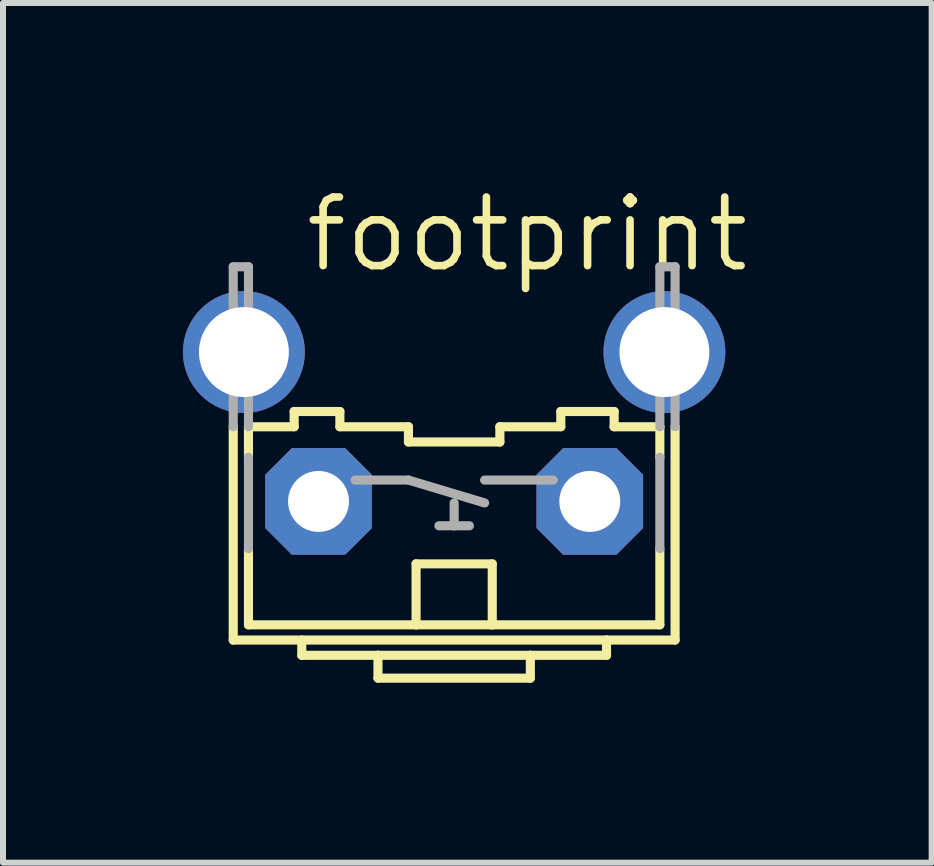
<source format=kicad_pcb>
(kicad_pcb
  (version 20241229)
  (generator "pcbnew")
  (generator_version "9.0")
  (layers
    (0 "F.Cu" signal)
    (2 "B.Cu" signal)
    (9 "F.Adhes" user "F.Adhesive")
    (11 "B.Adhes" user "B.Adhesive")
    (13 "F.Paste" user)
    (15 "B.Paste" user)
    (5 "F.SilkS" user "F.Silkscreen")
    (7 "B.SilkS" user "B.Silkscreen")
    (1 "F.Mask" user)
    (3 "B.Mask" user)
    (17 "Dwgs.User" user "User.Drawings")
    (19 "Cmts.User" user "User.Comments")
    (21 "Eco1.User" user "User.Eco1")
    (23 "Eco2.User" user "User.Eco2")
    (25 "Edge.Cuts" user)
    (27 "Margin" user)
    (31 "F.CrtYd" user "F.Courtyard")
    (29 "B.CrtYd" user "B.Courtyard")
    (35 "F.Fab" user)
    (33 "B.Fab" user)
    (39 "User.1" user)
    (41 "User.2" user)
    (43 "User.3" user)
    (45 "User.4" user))
  (footprint "footprint"
    (layer "F.Cu")
    (at 4.521 4.064)
    (property "Reference" "footprint" (at -2.54 -2.54 0) (layer "F.SilkS") (effects (font (size 1.143 1.143) (thickness 0.127)) (justify left bottom)))
    (fp_line (start -3.683 0) (end -3.683 3.556) (stroke (width 0.152) (type solid)) (layer "F.SilkS"))
    (fp_line (start -3.429 0) (end -2.667 0) (stroke (width 0.152) (type solid)) (layer "F.SilkS"))
    (fp_line (start -3.429 0.508) (end -3.429 0) (stroke (width 0.152) (type solid)) (layer "F.SilkS"))
    (fp_line (start -3.429 2.032) (end -3.429 3.302) (stroke (width 0.152) (type solid)) (layer "F.SilkS"))
    (fp_line (start -3.429 3.302) (end -0.635 3.302) (stroke (width 0.152) (type solid)) (layer "F.SilkS"))
    (fp_line (start -2.667 -0.254) (end -2.667 0) (stroke (width 0.152) (type solid)) (layer "F.SilkS"))
    (fp_line (start -2.667 -0.254) (end -1.905 -0.254) (stroke (width 0.152) (type solid)) (layer "F.SilkS"))
    (fp_line (start -2.54 3.556) (end -2.54 3.81) (stroke (width 0.152) (type solid)) (layer "F.SilkS"))
    (fp_line (start -2.54 3.81) (end -1.27 3.81) (stroke (width 0.152) (type solid)) (layer "F.SilkS"))
    (fp_line (start -1.905 0) (end -1.905 -0.254) (stroke (width 0.152) (type solid)) (layer "F.SilkS"))
    (fp_line (start -1.905 0) (end -0.762 0) (stroke (width 0.152) (type solid)) (layer "F.SilkS"))
    (fp_line (start -1.27 3.81) (end -1.27 4.191) (stroke (width 0.152) (type solid)) (layer "F.SilkS"))
    (fp_line (start -1.27 3.81) (end 1.27 3.81) (stroke (width 0.152) (type solid)) (layer "F.SilkS"))
    (fp_line (start -1.27 4.191) (end 1.27 4.191) (stroke (width 0.152) (type solid)) (layer "F.SilkS"))
    (fp_line (start -0.762 0.254) (end -0.762 0) (stroke (width 0.152) (type solid)) (layer "F.SilkS"))
    (fp_line (start -0.762 0.254) (end 0.762 0.254) (stroke (width 0.152) (type solid)) (layer "F.SilkS"))
    (fp_line (start -0.635 2.286) (end 0.635 2.286) (stroke (width 0.152) (type solid)) (layer "F.SilkS"))
    (fp_line (start -0.635 3.302) (end -0.635 2.286) (stroke (width 0.152) (type solid)) (layer "F.SilkS"))
    (fp_line (start -0.635 3.302) (end 0.635 3.302) (stroke (width 0.152) (type solid)) (layer "F.SilkS"))
    (fp_line (start 0.635 3.302) (end 0.635 2.286) (stroke (width 0.152) (type solid)) (layer "F.SilkS"))
    (fp_line (start 0.635 3.302) (end 3.429 3.302) (stroke (width 0.152) (type solid)) (layer "F.SilkS"))
    (fp_line (start 0.762 0) (end 0.762 0.254) (stroke (width 0.152) (type solid)) (layer "F.SilkS"))
    (fp_line (start 0.762 0) (end 1.778 0) (stroke (width 0.152) (type solid)) (layer "F.SilkS"))
    (fp_line (start 1.27 3.81) (end 1.27 4.191) (stroke (width 0.152) (type solid)) (layer "F.SilkS"))
    (fp_line (start 1.27 3.81) (end 2.54 3.81) (stroke (width 0.152) (type solid)) (layer "F.SilkS"))
    (fp_line (start 1.778 -0.254) (end 2.667 -0.254) (stroke (width 0.152) (type solid)) (layer "F.SilkS"))
    (fp_line (start 1.778 0) (end 1.778 -0.254) (stroke (width 0.152) (type solid)) (layer "F.SilkS"))
    (fp_line (start 2.54 3.556) (end -3.683 3.556) (stroke (width 0.152) (type solid)) (layer "F.SilkS"))
    (fp_line (start 2.54 3.556) (end 2.54 3.81) (stroke (width 0.152) (type solid)) (layer "F.SilkS"))
    (fp_line (start 2.667 0) (end 2.667 -0.254) (stroke (width 0.152) (type solid)) (layer "F.SilkS"))
    (fp_line (start 2.667 0) (end 3.429 0) (stroke (width 0.152) (type solid)) (layer "F.SilkS"))
    (fp_line (start 3.429 0.508) (end 3.429 0) (stroke (width 0.152) (type solid)) (layer "F.SilkS"))
    (fp_line (start 3.429 2.032) (end 3.429 3.302) (stroke (width 0.152) (type solid)) (layer "F.SilkS"))
    (fp_line (start 3.683 0) (end 3.683 3.556) (stroke (width 0.152) (type solid)) (layer "F.SilkS"))
    (fp_line (start 3.683 3.556) (end 2.54 3.556) (stroke (width 0.152) (type solid)) (layer "F.SilkS"))
    (fp_line (start -3.683 -2.667) (end -3.429 -2.667) (stroke (width 0.152) (type solid)) (layer "F.Fab"))
    (fp_line (start -3.683 0) (end -3.683 -2.667) (stroke (width 0.152) (type solid)) (layer "F.Fab"))
    (fp_line (start -3.429 -2.667) (end -3.429 0) (stroke (width 0.152) (type solid)) (layer "F.Fab"))
    (fp_line (start -3.429 0.508) (end -3.429 2.032) (stroke (width 0.152) (type solid)) (layer "F.Fab"))
    (fp_line (start -1.651 0.889) (end -0.762 0.889) (stroke (width 0.152) (type solid)) (layer "F.Fab"))
    (fp_line (start -0.762 0.889) (end 0.508 1.27) (stroke (width 0.152) (type solid)) (layer "F.Fab"))
    (fp_line (start -0.254 1.651) (end 0 1.651) (stroke (width 0.152) (type solid)) (layer "F.Fab"))
    (fp_line (start 0 1.27) (end 0 1.651) (stroke (width 0.152) (type solid)) (layer "F.Fab"))
    (fp_line (start 0 1.651) (end 0.254 1.651) (stroke (width 0.152) (type solid)) (layer "F.Fab"))
    (fp_line (start 0.508 0.889) (end 1.651 0.889) (stroke (width 0.152) (type solid)) (layer "F.Fab"))
    (fp_line (start 3.429 -2.667) (end 3.683 -2.667) (stroke (width 0.152) (type solid)) (layer "F.Fab"))
    (fp_line (start 3.429 0) (end 3.429 -2.667) (stroke (width 0.152) (type solid)) (layer "F.Fab"))
    (fp_line (start 3.429 0.508) (end 3.429 2.032) (stroke (width 0.152) (type solid)) (layer "F.Fab"))
    (fp_line (start 3.683 -2.667) (end 3.683 0) (stroke (width 0.152) (type solid)) (layer "F.Fab"))
    (pad "1" thru_hole roundrect (at -2.261 1.245) (size 1.778 1.778) (drill 1.016) (layers "*.Cu" "*.Mask") (roundrect_rratio 0.25) (chamfer_ratio 0.25) (chamfer top_left top_right bottom_left bottom_right))
    (pad "2" thru_hole roundrect (at 2.261 1.245) (size 1.778 1.778) (drill 1.016) (layers "*.Cu" "*.Mask") (roundrect_rratio 0.25) (chamfer_ratio 0.25) (chamfer top_left top_right bottom_left bottom_right))
    (pad "3" thru_hole circle (at -3.505 -1.245) (size 2.032 2.032) (drill 1.499) (layers "*.Cu" "*.Mask"))
    (pad "4" thru_hole circle (at 3.505 -1.245) (size 2.032 2.032) (drill 1.499) (layers "*.Cu" "*.Mask")))
  (gr_rect
    (start -3 -3)
    (end 12.481 11.331)
    (stroke (width 0.1) (type default))
    (fill no)
    (layer "Edge.Cuts")))
</source>
